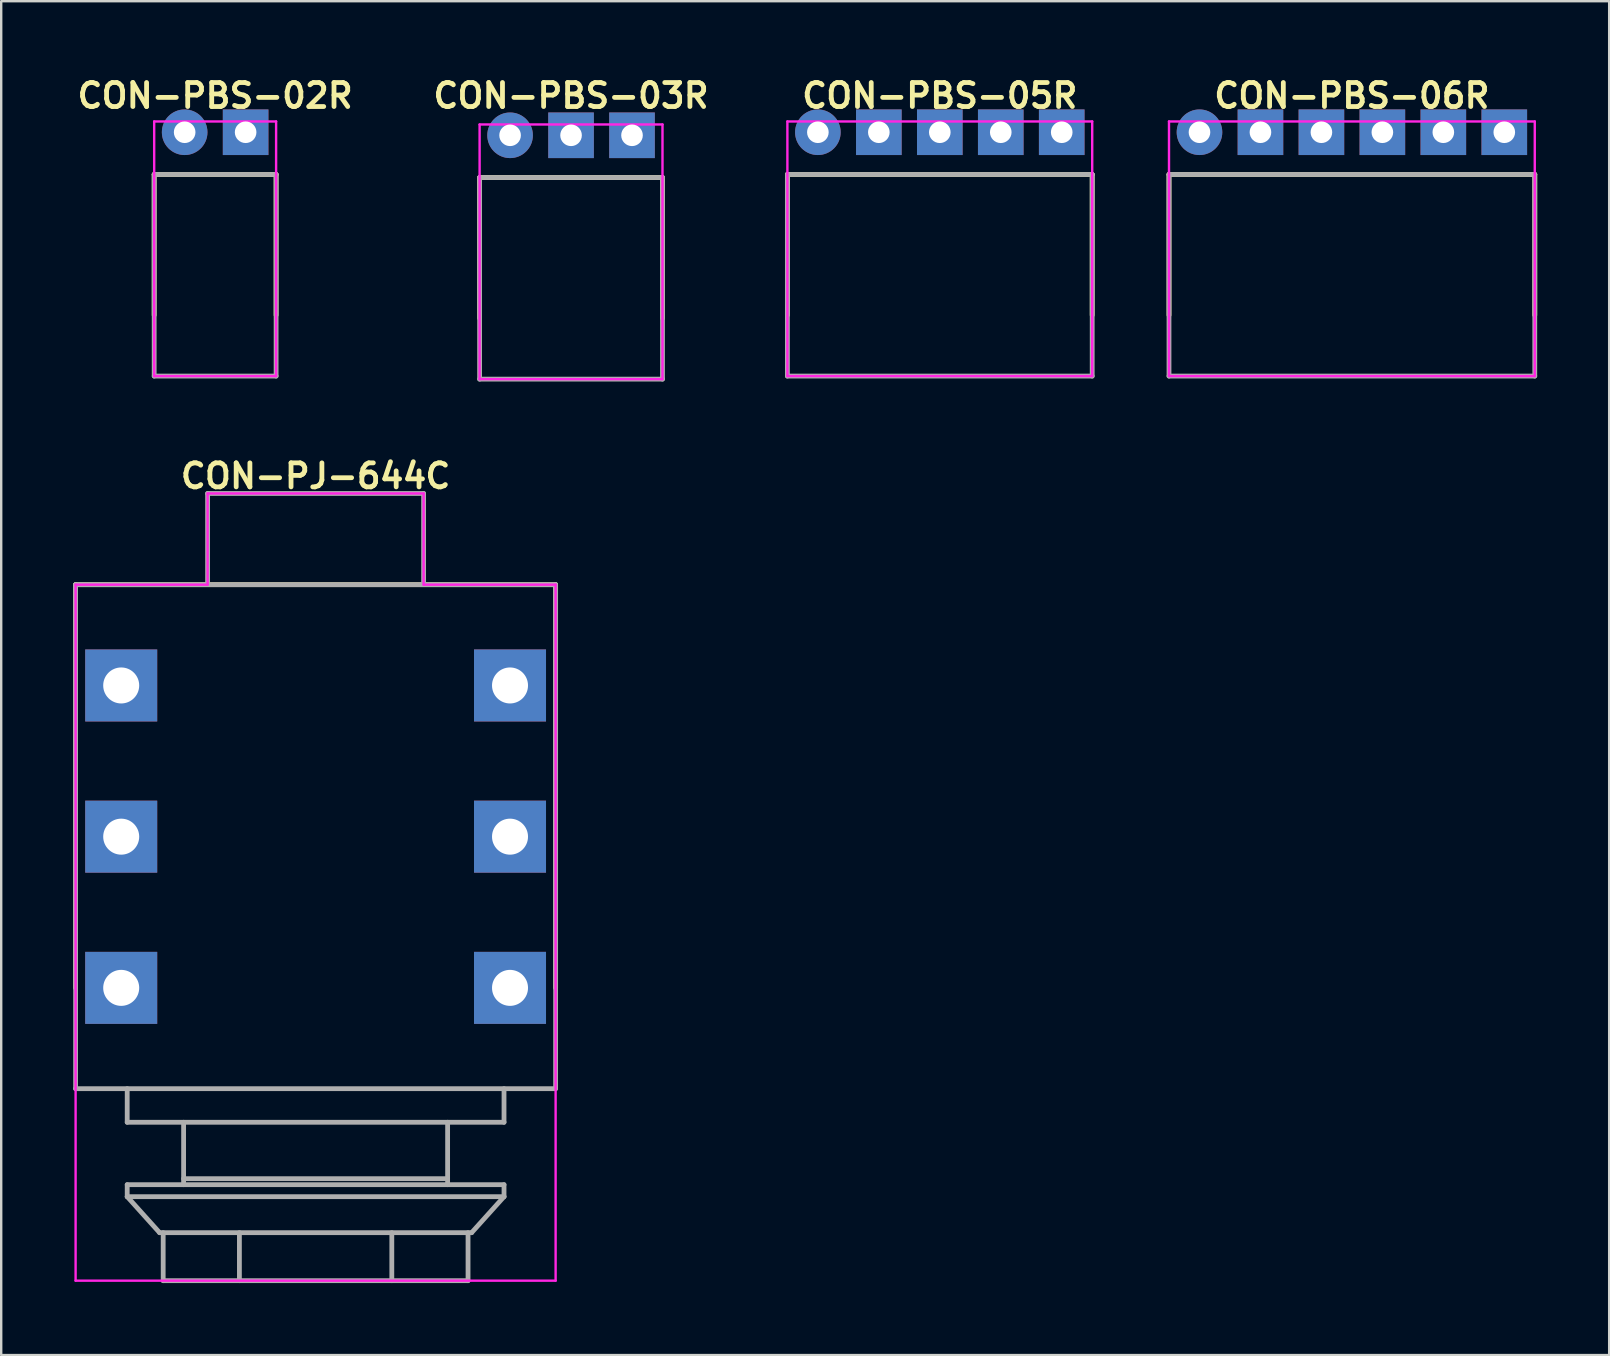
<source format=kicad_pcb>
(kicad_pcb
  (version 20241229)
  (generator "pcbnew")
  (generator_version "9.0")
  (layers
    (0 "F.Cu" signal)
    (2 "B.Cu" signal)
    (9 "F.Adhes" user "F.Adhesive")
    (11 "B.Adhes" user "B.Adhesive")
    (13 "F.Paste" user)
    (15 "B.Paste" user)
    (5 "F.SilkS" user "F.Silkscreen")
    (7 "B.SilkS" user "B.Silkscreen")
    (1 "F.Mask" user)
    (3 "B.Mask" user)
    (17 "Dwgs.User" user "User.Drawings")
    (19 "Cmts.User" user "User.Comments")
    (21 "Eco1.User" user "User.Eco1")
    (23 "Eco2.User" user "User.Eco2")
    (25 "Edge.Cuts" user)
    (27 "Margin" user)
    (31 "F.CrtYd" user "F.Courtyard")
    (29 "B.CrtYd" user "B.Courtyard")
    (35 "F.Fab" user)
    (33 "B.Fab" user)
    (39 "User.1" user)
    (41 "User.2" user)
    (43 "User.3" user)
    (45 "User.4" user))
  (footprint "CON-PBS-05R"
    (layer "F.Cu")
    (at 36.107 2.46)
    (property "Reference" "CON-PBS-05R" (at 0 -1.524 0) (layer "F.SilkS") (effects (font (size 1 1) (thickness 0.2))))
    (attr through_hole)
    (fp_line (start -6.35 1.76) (end -6.35 7.62) (stroke (width 0.2) (type solid)) (layer "F.SilkS"))
    (fp_line (start -6.35 1.76) (end 6.35 1.76) (stroke (width 0.2) (type solid)) (layer "F.SilkS"))
    (fp_line (start 6.35 1.76) (end 6.35 7.62) (stroke (width 0.2) (type solid)) (layer "F.SilkS"))
    (fp_line (start -6.35 -0.45) (end -6.35 10.16) (stroke (width 0.1) (type solid)) (layer "F.CrtYd"))
    (fp_line (start -6.35 -0.45) (end 6.35 -0.45) (stroke (width 0.1) (type solid)) (layer "F.CrtYd"))
    (fp_line (start -6.35 10.16) (end 6.35 10.16) (stroke (width 0.1) (type solid)) (layer "F.CrtYd"))
    (fp_line (start 6.35 -0.45) (end 6.35 10.16) (stroke (width 0.1) (type solid)) (layer "F.CrtYd"))
    (fp_line (start -6.35 1.76) (end -6.35 10.16) (stroke (width 0.2) (type solid)) (layer "F.Fab"))
    (fp_line (start -6.35 1.76) (end 6.35 1.76) (stroke (width 0.2) (type solid)) (layer "F.Fab"))
    (fp_line (start -6.35 10.16) (end 6.35 10.16) (stroke (width 0.2) (type solid)) (layer "F.Fab"))
    (fp_line (start 6.35 1.76) (end 6.35 10.16) (stroke (width 0.2) (type solid)) (layer "F.Fab"))
    (pad "1" thru_hole circle (at -5.08 0) (size 1.9 1.9) (drill 0.9) (layers "B.Cu" "B.Mask"))
    (pad "2" thru_hole rect (at -2.54 0) (size 1.9 1.9) (drill 0.9) (layers "B.Cu" "B.Mask"))
    (pad "3" thru_hole rect (at 0 0) (size 1.9 1.9) (drill 0.9) (layers "B.Cu" "B.Mask"))
    (pad "4" thru_hole rect (at 2.54 0) (size 1.9 1.9) (drill 0.9) (layers "B.Cu" "B.Mask"))
    (pad "5" thru_hole rect (at 5.08 0) (size 1.9 1.9) (drill 0.9) (layers "B.Cu" "B.Mask")))
  (footprint "CON-PJ-644C"
    (layer "F.Cu")
    (at 10.1 42.31)
    (property "Reference" "CON-PJ-644C" (at 0 -25.527 0) (layer "F.SilkS") (effects (font (size 1 1) (thickness 0.2))))
    (attr through_hole)
    (fp_line (start -10 -21) (end -10 -4.2) (stroke (width 0.2) (type solid)) (layer "F.SilkS"))
    (fp_line (start -10 -21) (end 10 -21) (stroke (width 0.2) (type solid)) (layer "F.SilkS"))
    (fp_line (start 10 -21) (end 10 -4.2) (stroke (width 0.2) (type solid)) (layer "F.SilkS"))
    (fp_line (start -10 -21) (end -10 8) (stroke (width 0.1) (type solid)) (layer "F.CrtYd"))
    (fp_line (start -10 -21) (end -4.5 -21) (stroke (width 0.1) (type solid)) (layer "F.CrtYd"))
    (fp_line (start -10 8) (end 10 8) (stroke (width 0.1) (type solid)) (layer "F.CrtYd"))
    (fp_line (start -4.5 -24.8) (end -4.5 -21) (stroke (width 0.1) (type solid)) (layer "F.CrtYd"))
    (fp_line (start -4.5 -24.8) (end 4.5 -24.8) (stroke (width 0.1) (type solid)) (layer "F.CrtYd"))
    (fp_line (start 4.5 -24.8) (end 4.5 -21) (stroke (width 0.1) (type solid)) (layer "F.CrtYd"))
    (fp_line (start 4.5 -21) (end 10 -21) (stroke (width 0.1) (type solid)) (layer "F.CrtYd"))
    (fp_line (start 10 -21) (end 10 8) (stroke (width 0.1) (type solid)) (layer "F.CrtYd"))
    (fp_line (start -10 -21) (end -10 0) (stroke (width 0.2) (type solid)) (layer "F.Fab"))
    (fp_line (start -10 -21) (end 10 -21) (stroke (width 0.2) (type solid)) (layer "F.Fab"))
    (fp_line (start -10 0) (end 10 0) (stroke (width 0.2) (type solid)) (layer "F.Fab"))
    (fp_line (start -7.85 0) (end -7.85 1.4) (stroke (width 0.2) (type solid)) (layer "F.Fab"))
    (fp_line (start -7.85 1.4) (end 7.85 1.4) (stroke (width 0.2) (type solid)) (layer "F.Fab"))
    (fp_line (start -7.85 4) (end -7.85 4.5) (stroke (width 0.2) (type solid)) (layer "F.Fab"))
    (fp_line (start -7.85 4) (end 7.85 4) (stroke (width 0.2) (type solid)) (layer "F.Fab"))
    (fp_line (start -7.85 4.5) (end -6.5 6) (stroke (width 0.2) (type solid)) (layer "F.Fab"))
    (fp_line (start -7.85 4.5) (end 7.85 4.5) (stroke (width 0.2) (type solid)) (layer "F.Fab"))
    (fp_line (start -6.5 6) (end 6.5 6) (stroke (width 0.2) (type solid)) (layer "F.Fab"))
    (fp_line (start -6.351 6) (end -6.351 8) (stroke (width 0.2) (type solid)) (layer "F.Fab"))
    (fp_line (start -6.351 8) (end 6.351 8) (stroke (width 0.2) (type solid)) (layer "F.Fab"))
    (fp_line (start -5.5 1.4) (end -5.5 4) (stroke (width 0.2) (type solid)) (layer "F.Fab"))
    (fp_line (start -5.5 3.75) (end 5.5 3.75) (stroke (width 0.2) (type solid)) (layer "F.Fab"))
    (fp_line (start -4.5 -24.8) (end -4.5 -21) (stroke (width 0.2) (type solid)) (layer "F.Fab"))
    (fp_line (start -4.5 -24.8) (end 4.5 -24.8) (stroke (width 0.2) (type solid)) (layer "F.Fab"))
    (fp_line (start -3.175 6) (end -3.175 8) (stroke (width 0.2) (type solid)) (layer "F.Fab"))
    (fp_line (start 3.175 6) (end 3.175 8) (stroke (width 0.2) (type solid)) (layer "F.Fab"))
    (fp_line (start 4.5 -24.8) (end 4.5 -21) (stroke (width 0.2) (type solid)) (layer "F.Fab"))
    (fp_line (start 5.5 1.4) (end 5.5 4) (stroke (width 0.2) (type solid)) (layer "F.Fab"))
    (fp_line (start 6.351 6) (end 6.351 8) (stroke (width 0.2) (type solid)) (layer "F.Fab"))
    (fp_line (start 7.85 0) (end 7.85 1.4) (stroke (width 0.2) (type solid)) (layer "F.Fab"))
    (fp_line (start 7.85 4) (end 7.85 4.5) (stroke (width 0.2) (type solid)) (layer "F.Fab"))
    (fp_line (start 7.85 4.5) (end 6.5 6) (stroke (width 0.2) (type solid)) (layer "F.Fab"))
    (fp_line (start 10 -21) (end 10 0) (stroke (width 0.2) (type solid)) (layer "F.Fab"))
    (pad "R" thru_hole rect (at 8.1 -10.5) (size 3 3) (drill 1.5) (layers "B.Cu" "B.Mask"))
    (pad "RN" thru_hole rect (at -8.1 -10.5) (size 3 3) (drill 1.5) (layers "B.Cu" "B.Mask"))
    (pad "S" thru_hole rect (at 8.1 -4.2) (size 3 3) (drill 1.5) (layers "B.Cu" "B.Mask"))
    (pad "SN" thru_hole rect (at -8.1 -4.2) (size 3 3) (drill 1.5) (layers "B.Cu" "B.Mask"))
    (pad "T" thru_hole rect (at 8.1 -16.8) (size 3 3) (drill 1.5) (layers "B.Cu" "B.Mask"))
    (pad "TN" thru_hole rect (at -8.1 -16.8) (size 3 3) (drill 1.5) (layers "B.Cu" "B.Mask")))
  (footprint "CON-PBS-06R"
    (layer "F.Cu")
    (at 53.277 2.46)
    (property "Reference" "CON-PBS-06R" (at 0 -1.524 0) (layer "F.SilkS") (effects (font (size 1 1) (thickness 0.2))))
    (attr through_hole)
    (fp_line (start -7.62 1.76) (end -7.62 7.62) (stroke (width 0.2) (type solid)) (layer "F.SilkS"))
    (fp_line (start -7.62 1.76) (end 7.62 1.76) (stroke (width 0.2) (type solid)) (layer "F.SilkS"))
    (fp_line (start 7.62 1.76) (end 7.62 7.62) (stroke (width 0.2) (type solid)) (layer "F.SilkS"))
    (fp_line (start -7.62 -0.45) (end -7.62 10.16) (stroke (width 0.1) (type solid)) (layer "F.CrtYd"))
    (fp_line (start -7.62 -0.45) (end 7.62 -0.45) (stroke (width 0.1) (type solid)) (layer "F.CrtYd"))
    (fp_line (start -7.62 10.16) (end 7.62 10.16) (stroke (width 0.1) (type solid)) (layer "F.CrtYd"))
    (fp_line (start 7.62 -0.45) (end 7.62 10.16) (stroke (width 0.1) (type solid)) (layer "F.CrtYd"))
    (fp_line (start -7.62 1.76) (end -7.62 10.16) (stroke (width 0.2) (type solid)) (layer "F.Fab"))
    (fp_line (start -7.62 1.76) (end 7.62 1.76) (stroke (width 0.2) (type solid)) (layer "F.Fab"))
    (fp_line (start -7.62 10.16) (end 7.62 10.16) (stroke (width 0.2) (type solid)) (layer "F.Fab"))
    (fp_line (start 7.62 1.76) (end 7.62 10.16) (stroke (width 0.2) (type solid)) (layer "F.Fab"))
    (pad "1" thru_hole circle (at -6.35 0) (size 1.9 1.9) (drill 0.9) (layers "B.Cu" "B.Mask"))
    (pad "2" thru_hole rect (at -3.81 0) (size 1.9 1.9) (drill 0.9) (layers "B.Cu" "B.Mask"))
    (pad "3" thru_hole rect (at -1.27 0) (size 1.9 1.9) (drill 0.9) (layers "B.Cu" "B.Mask"))
    (pad "4" thru_hole rect (at 1.27 0) (size 1.9 1.9) (drill 0.9) (layers "B.Cu" "B.Mask"))
    (pad "5" thru_hole rect (at 3.81 0) (size 1.9 1.9) (drill 0.9) (layers "B.Cu" "B.Mask"))
    (pad "6" thru_hole rect (at 6.35 0) (size 1.9 1.9) (drill 0.9) (layers "B.Cu" "B.Mask")))
  (footprint "CON-PBS-03R"
    (layer "F.Cu")
    (at 20.743 2.587)
    (property "Reference" "CON-PBS-03R" (at 0 -1.651 0) (layer "F.SilkS") (effects (font (size 1 1) (thickness 0.2))))
    (attr through_hole)
    (fp_line (start -3.81 1.76) (end -3.81 7.62) (stroke (width 0.2) (type solid)) (layer "F.SilkS"))
    (fp_line (start -3.81 1.76) (end 3.81 1.76) (stroke (width 0.2) (type solid)) (layer "F.SilkS"))
    (fp_line (start 3.81 1.76) (end 3.81 7.62) (stroke (width 0.2) (type solid)) (layer "F.SilkS"))
    (fp_line (start -3.81 -0.45) (end -3.81 10.16) (stroke (width 0.1) (type solid)) (layer "F.CrtYd"))
    (fp_line (start -3.81 -0.45) (end 3.81 -0.45) (stroke (width 0.1) (type solid)) (layer "F.CrtYd"))
    (fp_line (start -3.81 10.16) (end 3.81 10.16) (stroke (width 0.1) (type solid)) (layer "F.CrtYd"))
    (fp_line (start 3.81 -0.45) (end 3.81 10.16) (stroke (width 0.1) (type solid)) (layer "F.CrtYd"))
    (fp_line (start -3.81 1.76) (end -3.81 10.16) (stroke (width 0.2) (type solid)) (layer "F.Fab"))
    (fp_line (start -3.81 1.76) (end 3.81 1.76) (stroke (width 0.2) (type solid)) (layer "F.Fab"))
    (fp_line (start -3.81 10.16) (end 3.81 10.16) (stroke (width 0.2) (type solid)) (layer "F.Fab"))
    (fp_line (start 3.81 1.76) (end 3.81 10.16) (stroke (width 0.2) (type solid)) (layer "F.Fab"))
    (pad "1" thru_hole circle (at -2.54 0) (size 1.9 1.9) (drill 0.9) (layers "B.Cu" "B.Mask"))
    (pad "2" thru_hole rect (at 0 0) (size 1.9 1.9) (drill 0.9) (layers "B.Cu" "B.Mask"))
    (pad "3" thru_hole rect (at 2.54 0) (size 1.9 1.9) (drill 0.9) (layers "B.Cu" "B.Mask")))
  (footprint "CON-PBS-02R"
    (layer "F.Cu")
    (at 5.914 2.46)
    (property "Reference" "CON-PBS-02R" (at 0 -1.524 0) (layer "F.SilkS") (effects (font (size 1 1) (thickness 0.2))))
    (attr through_hole)
    (fp_line (start -2.54 1.76) (end -2.54 7.62) (stroke (width 0.2) (type solid)) (layer "F.SilkS"))
    (fp_line (start -2.54 1.76) (end 2.54 1.76) (stroke (width 0.2) (type solid)) (layer "F.SilkS"))
    (fp_line (start 2.54 1.76) (end 2.54 7.62) (stroke (width 0.2) (type solid)) (layer "F.SilkS"))
    (fp_line (start -2.54 -0.45) (end -2.54 10.16) (stroke (width 0.1) (type solid)) (layer "F.CrtYd"))
    (fp_line (start -2.54 -0.45) (end 2.54 -0.45) (stroke (width 0.1) (type solid)) (layer "F.CrtYd"))
    (fp_line (start -2.54 10.16) (end 2.54 10.16) (stroke (width 0.1) (type solid)) (layer "F.CrtYd"))
    (fp_line (start 2.54 -0.45) (end 2.54 10.16) (stroke (width 0.1) (type solid)) (layer "F.CrtYd"))
    (fp_line (start -2.54 1.76) (end -2.54 10.16) (stroke (width 0.2) (type solid)) (layer "F.Fab"))
    (fp_line (start -2.54 1.76) (end 2.54 1.76) (stroke (width 0.2) (type solid)) (layer "F.Fab"))
    (fp_line (start -2.54 10.16) (end 2.54 10.16) (stroke (width 0.2) (type solid)) (layer "F.Fab"))
    (fp_line (start 2.54 1.76) (end 2.54 10.16) (stroke (width 0.2) (type solid)) (layer "F.Fab"))
    (pad "1" thru_hole circle (at -1.27 0) (size 1.9 1.9) (drill 0.9) (layers "B.Cu" "B.Mask"))
    (pad "2" thru_hole rect (at 1.27 0) (size 1.9 1.9) (drill 0.9) (layers "B.Cu" "B.Mask")))
  (gr_rect
    (start -3 -3)
    (end 63.997 53.41)
    (stroke (width 0.1) (type default))
    (fill no)
    (layer "Edge.Cuts")))
</source>
